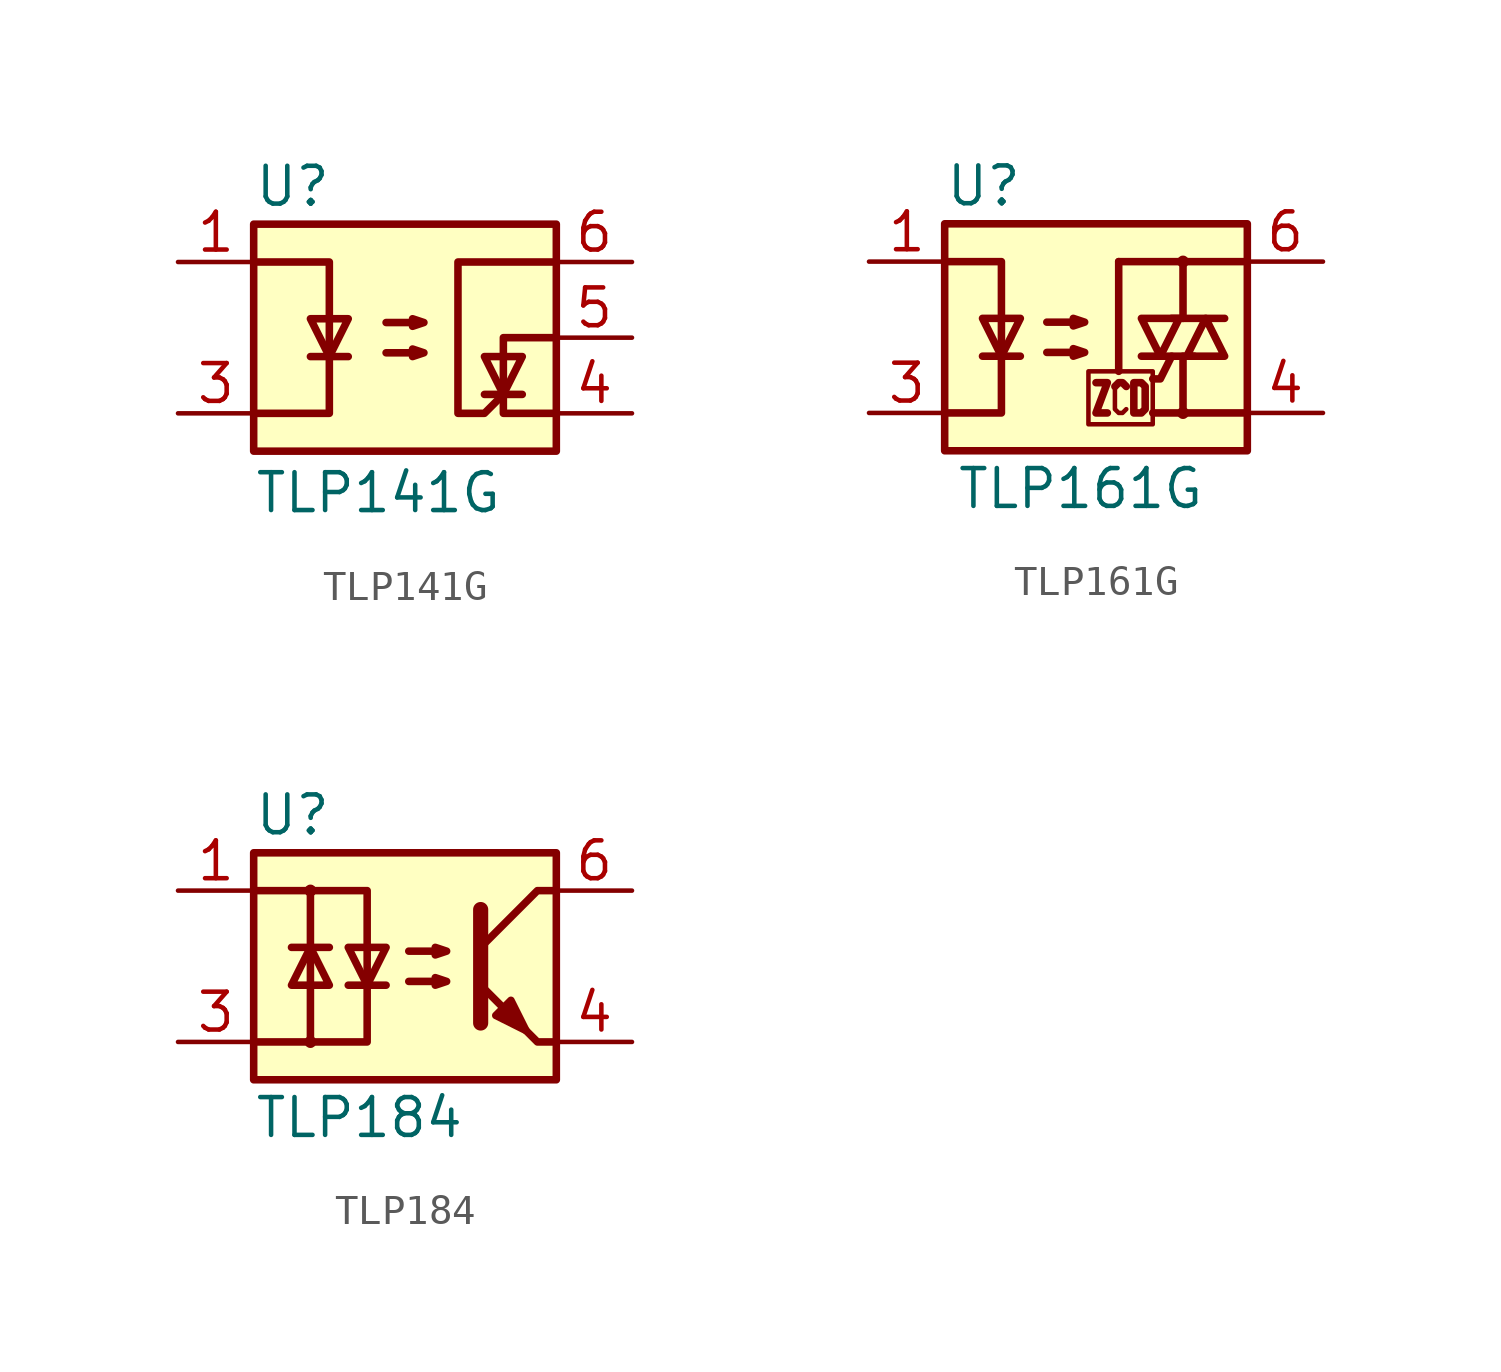
<source format=kicad_sym>
(kicad_symbol_lib
  (version 20211014)
  (generator kicad_symbol_editor)
  (symbol "TLP141G"
    (pin_names
      (offset 1.016))
    (property "Reference" "U"
      (at -5.08 5.08 0)
      (effects (font (size 1.27 1.27)) (justify left)))
    (property "Value" "TLP141G"
      (at -5.08 -5.207 0)
      (effects (font (size 1.27 1.27)) (justify left)))
    (symbol "TLP141G_0_1"
      (rectangle (start -5.08 3.81) (end 5.08 -3.81) (stroke (width 0.254) (type default) (color 0 0 0 0)) (fill (type background)))
      (polyline (pts (xy -3.175 -0.635) (xy -1.905 -0.635)) (stroke (width 0.254) (type default) (color 0 0 0 0)) (fill (type none)))
      (polyline (pts (xy 2.667 -1.905) (xy 3.937 -1.905)) (stroke (width 0.254) (type default) (color 0 0 0 0)) (fill (type none)))
      (polyline (pts (xy -5.08 2.54) (xy -2.54 2.54) (xy -2.54 -2.54) (xy -5.08 -2.54)) (stroke (width 0.254) (type default) (color 0 0 0 0)) (fill (type none)))
      (polyline (pts (xy -2.54 -0.635) (xy -3.175 0.635) (xy -1.905 0.635) (xy -2.54 -0.635)) (stroke (width 0.254) (type default) (color 0 0 0 0)) (fill (type none)))
      (polyline (pts (xy 3.302 -1.905) (xy 2.667 -0.635) (xy 3.937 -0.635) (xy 3.302 -1.905)) (stroke (width 0.254) (type default) (color 0 0 0 0)) (fill (type none)))
      (polyline (pts (xy 5.08 0) (xy 3.302 0) (xy 3.302 -2.54) (xy 5.08 -2.54)) (stroke (width 0.254) (type default) (color 0 0 0 0)) (fill (type none)))
      (polyline (pts (xy -0.635 -0.508) (xy 0.635 -0.508) (xy 0.254 -0.635) (xy 0.254 -0.381) (xy 0.635 -0.508)) (stroke (width 0.254) (type default) (color 0 0 0 0)) (fill (type none)))
      (polyline (pts (xy -0.635 0.508) (xy 0.635 0.508) (xy 0.254 0.381) (xy 0.254 0.635) (xy 0.635 0.508)) (stroke (width 0.254) (type default) (color 0 0 0 0)) (fill (type none)))
      (polyline (pts (xy 5.08 2.54) (xy 1.778 2.54) (xy 1.778 -2.54) (xy 2.667 -2.54) (xy 3.302 -1.905)) (stroke (width 0.254) (type default) (color 0 0 0 0)) (fill (type none))))
    (symbol "TLP141G_1_1"
      (pin passive line (at -7.62 2.54 0) (length 2.54) (name "~" (effects (font (size 1.27 1.27)))) (number "1" (effects (font (size 1.27 1.27)))))
      (pin passive line (at -7.62 -2.54 0) (length 2.54) (name "~" (effects (font (size 1.27 1.27)))) (number "3" (effects (font (size 1.27 1.27)))))
      (pin passive line (at 7.62 -2.54 180) (length 2.54) (name "~" (effects (font (size 1.27 1.27)))) (number "4" (effects (font (size 1.27 1.27)))))
      (pin passive line (at 7.62 0 180) (length 2.54) (name "~" (effects (font (size 1.27 1.27)))) (number "5" (effects (font (size 1.27 1.27)))))
      (pin passive line (at 7.62 2.54 180) (length 2.54) (name "~" (effects (font (size 1.27 1.27)))) (number "6" (effects (font (size 1.27 1.27)))))))
  (symbol "TLP161G"
    (pin_names
      (offset 1.016))
    (property "Reference" "U"
      (at -5.08 5.08 0)
      (effects (font (size 1.27 1.27)) (justify left)))
    (property "Value" "TLP161G"
      (at -4.699 -5.08 0)
      (effects (font (size 1.27 1.27)) (justify left)))
    (symbol "TLP161G_0_1"
      (rectangle (start -5.08 3.81) (end 5.08 -3.81) (stroke (width 0.254) (type default) (color 0 0 0 0)) (fill (type background)))
      (polyline (pts (xy -3.81 -0.635) (xy -2.54 -0.635)) (stroke (width 0.254) (type default) (color 0 0 0 0)) (fill (type none)))
      (polyline (pts (xy 0.762 -1.143) (xy 0.762 2.54)) (stroke (width 0.254) (type default) (color 0 0 0 0)) (fill (type none)))
      (polyline (pts (xy 0.762 2.54) (xy 2.921 2.54)) (stroke (width 0.254) (type default) (color 0 0 0 0)) (fill (type none)))
      (polyline (pts (xy 2.54 0.635) (xy 4.318 0.635)) (stroke (width 0.254) (type default) (color 0 0 0 0)) (fill (type none)))
      (polyline (pts (xy 2.921 -2.54) (xy 1.905 -2.54)) (stroke (width 0.254) (type default) (color 0 0 0 0)) (fill (type none)))
      (polyline (pts (xy 2.921 -2.54) (xy 2.921 -0.635)) (stroke (width 0.254) (type default) (color 0 0 0 0)) (fill (type none)))
      (polyline (pts (xy 2.921 -2.54) (xy 5.08 -2.54)) (stroke (width 0.254) (type default) (color 0 0 0 0)) (fill (type none)))
      (polyline (pts (xy 2.921 2.54) (xy 2.921 0.635)) (stroke (width 0.254) (type default) (color 0 0 0 0)) (fill (type none)))
      (polyline (pts (xy 2.921 2.54) (xy 5.08 2.54)) (stroke (width 0.254) (type default) (color 0 0 0 0)) (fill (type none)))
      (polyline (pts (xy 3.302 -0.635) (xy 1.524 -0.635)) (stroke (width 0.254) (type default) (color 0 0 0 0)) (fill (type none)))
      (polyline (pts (xy 2.54 -0.635) (xy 2.159 -1.397) (xy 1.905 -1.397)) (stroke (width 0.254) (type default) (color 0 0 0 0)) (fill (type none)))
      (polyline (pts (xy -5.08 -2.54) (xy -3.175 -2.54) (xy -3.175 2.54) (xy -5.08 2.54)) (stroke (width 0.254) (type default) (color 0 0 0 0)) (fill (type none)))
      (polyline (pts (xy -3.175 -0.635) (xy -3.81 0.635) (xy -2.54 0.635) (xy -3.175 -0.635)) (stroke (width 0.254) (type default) (color 0 0 0 0)) (fill (type none)))
      (polyline (pts (xy 0 -1.524) (xy 0.381 -1.524) (xy 0 -2.54) (xy 0.381 -2.54)) (stroke (width 0.254) (type default) (color 0 0 0 0)) (fill (type none)))
      (polyline (pts (xy 0.635 -1.651) (xy 0.762 -1.524) (xy 0.889 -1.524) (xy 1.016 -1.651)) (stroke (width 0.254) (type default) (color 0 0 0 0)) (fill (type none)))
      (polyline (pts (xy 2.159 -0.635) (xy 2.794 0.635) (xy 1.524 0.635) (xy 2.159 -0.635)) (stroke (width 0.254) (type default) (color 0 0 0 0)) (fill (type none)))
      (polyline (pts (xy 3.683 0.635) (xy 3.048 -0.635) (xy 4.318 -0.635) (xy 3.683 0.635)) (stroke (width 0.254) (type default) (color 0 0 0 0)) (fill (type none)))
      (polyline (pts (xy -1.651 -0.508) (xy -0.381 -0.508) (xy -0.762 -0.635) (xy -0.762 -0.381) (xy -0.381 -0.508)) (stroke (width 0.254) (type default) (color 0 0 0 0)) (fill (type none)))
      (polyline (pts (xy -1.651 0.508) (xy -0.381 0.508) (xy -0.762 0.381) (xy -0.762 0.635) (xy -0.381 0.508)) (stroke (width 0.254) (type default) (color 0 0 0 0)) (fill (type none)))
      (polyline (pts (xy -0.254 -1.143) (xy -0.254 -2.921) (xy 1.905 -2.921) (xy 1.905 -1.143) (xy -0.254 -1.143)) (stroke (width 0) (type default) (color 0 0 0 0)) (fill (type none)))
      (polyline (pts (xy 1.016 -2.413) (xy 0.889 -2.54) (xy 0.762 -2.54) (xy 0.635 -2.413) (xy 0.635 -1.651)) (stroke (width 0) (type default) (color 0 0 0 0)) (fill (type none)))
      (polyline (pts (xy 1.27 -1.524) (xy 1.27 -2.54) (xy 1.524 -2.54) (xy 1.651 -2.413) (xy 1.651 -1.651) (xy 1.524 -1.524) (xy 1.27 -1.524)) (stroke (width 0.254) (type default) (color 0 0 0 0)) (fill (type none)))
      (circle (center 2.921 -2.54) (radius 0.127) (stroke (width 0) (type default) (color 0 0 0 0)) (fill (type none)))
      (circle (center 2.921 2.54) (radius 0.127) (stroke (width 0) (type default) (color 0 0 0 0)) (fill (type none))))
    (symbol "TLP161G_1_1"
      (pin passive line (at -7.62 2.54 0) (length 2.54) (name "~" (effects (font (size 1.27 1.27)))) (number "1" (effects (font (size 1.27 1.27)))))
      (pin passive line (at -7.62 -2.54 0) (length 2.54) (name "~" (effects (font (size 1.27 1.27)))) (number "3" (effects (font (size 1.27 1.27)))))
      (pin passive line (at 7.62 -2.54 180) (length 2.54) (name "~" (effects (font (size 1.27 1.27)))) (number "4" (effects (font (size 1.27 1.27)))))
      (pin passive line (at 7.62 2.54 180) (length 2.54) (name "~" (effects (font (size 1.27 1.27)))) (number "6" (effects (font (size 1.27 1.27)))))))
  (symbol "TLP184"
    (pin_names
      (offset 1.016))
    (property "Reference" "U"
      (at -5.08 5.08 0)
      (effects (font (size 1.27 1.27)) (justify left)))
    (property "Value" "TLP184"
      (at -5.08 -5.08 0)
      (effects (font (size 1.27 1.27)) (justify left)))
    (symbol "TLP184_0_1"
      (rectangle (start -5.08 3.81) (end 5.08 -3.81) (stroke (width 0.254) (type default) (color 0 0 0 0)) (fill (type background)))
      (circle (center -3.175 -2.54) (radius 0.127) (stroke (width 0) (type default) (color 0 0 0 0)) (fill (type none)))
      (circle (center -3.175 2.54) (radius 0.127) (stroke (width 0) (type default) (color 0 0 0 0)) (fill (type none)))
      (polyline (pts (xy -3.81 0.635) (xy -2.54 0.635)) (stroke (width 0.254) (type default) (color 0 0 0 0)) (fill (type none)))
      (polyline (pts (xy -1.905 -0.635) (xy -0.635 -0.635)) (stroke (width 0.254) (type default) (color 0 0 0 0)) (fill (type none)))
      (polyline (pts (xy 2.54 1.905) (xy 2.54 -1.905) (xy 2.54 -1.905)) (stroke (width 0.508) (type default) (color 0 0 0 0)) (fill (type none)))
      (polyline (pts (xy 5.08 -2.54) (xy 4.445 -2.54) (xy 2.54 -0.635)) (stroke (width 0.254) (type default) (color 0 0 0 0)) (fill (type none)))
      (polyline (pts (xy 5.08 2.54) (xy 4.445 2.54) (xy 2.54 0.635)) (stroke (width 0.254) (type default) (color 0 0 0 0)) (fill (type none)))
      (polyline (pts (xy -5.08 2.54) (xy -3.175 2.54) (xy -3.175 -2.54) (xy -5.08 -2.54)) (stroke (width 0.254) (type default) (color 0 0 0 0)) (fill (type none)))
      (polyline (pts (xy -3.175 -2.54) (xy -1.27 -2.54) (xy -1.27 2.54) (xy -3.175 2.54)) (stroke (width 0.254) (type default) (color 0 0 0 0)) (fill (type none)))
      (polyline (pts (xy -3.175 0.635) (xy -3.81 -0.635) (xy -2.54 -0.635) (xy -3.175 0.635)) (stroke (width 0.254) (type default) (color 0 0 0 0)) (fill (type none)))
      (polyline (pts (xy -1.27 -0.635) (xy -1.905 0.635) (xy -0.635 0.635) (xy -1.27 -0.635)) (stroke (width 0.254) (type default) (color 0 0 0 0)) (fill (type none)))
      (polyline (pts (xy 0.127 -0.508) (xy 1.397 -0.508) (xy 1.016 -0.635) (xy 1.016 -0.381) (xy 1.397 -0.508)) (stroke (width 0.254) (type default) (color 0 0 0 0)) (fill (type none)))
      (polyline (pts (xy 0.127 0.508) (xy 1.397 0.508) (xy 1.016 0.381) (xy 1.016 0.635) (xy 1.397 0.508)) (stroke (width 0.254) (type default) (color 0 0 0 0)) (fill (type none)))
      (polyline (pts (xy 3.048 -1.651) (xy 3.556 -1.143) (xy 4.064 -2.159) (xy 3.048 -1.651) (xy 3.048 -1.651)) (stroke (width 0.254) (type default) (color 0 0 0 0)) (fill (type outline))))
    (symbol "TLP184_1_1"
      (pin passive line (at -7.62 2.54 0) (length 2.54) (name "~" (effects (font (size 1.27 1.27)))) (number "1" (effects (font (size 1.27 1.27)))))
      (pin passive line (at -7.62 -2.54 0) (length 2.54) (name "~" (effects (font (size 1.27 1.27)))) (number "3" (effects (font (size 1.27 1.27)))))
      (pin passive line (at 7.62 -2.54 180) (length 2.54) (name "~" (effects (font (size 1.27 1.27)))) (number "4" (effects (font (size 1.27 1.27)))))
      (pin passive line (at 7.62 2.54 180) (length 2.54) (name "~" (effects (font (size 1.27 1.27)))) (number "6" (effects (font (size 1.27 1.27))))))))
</source>
